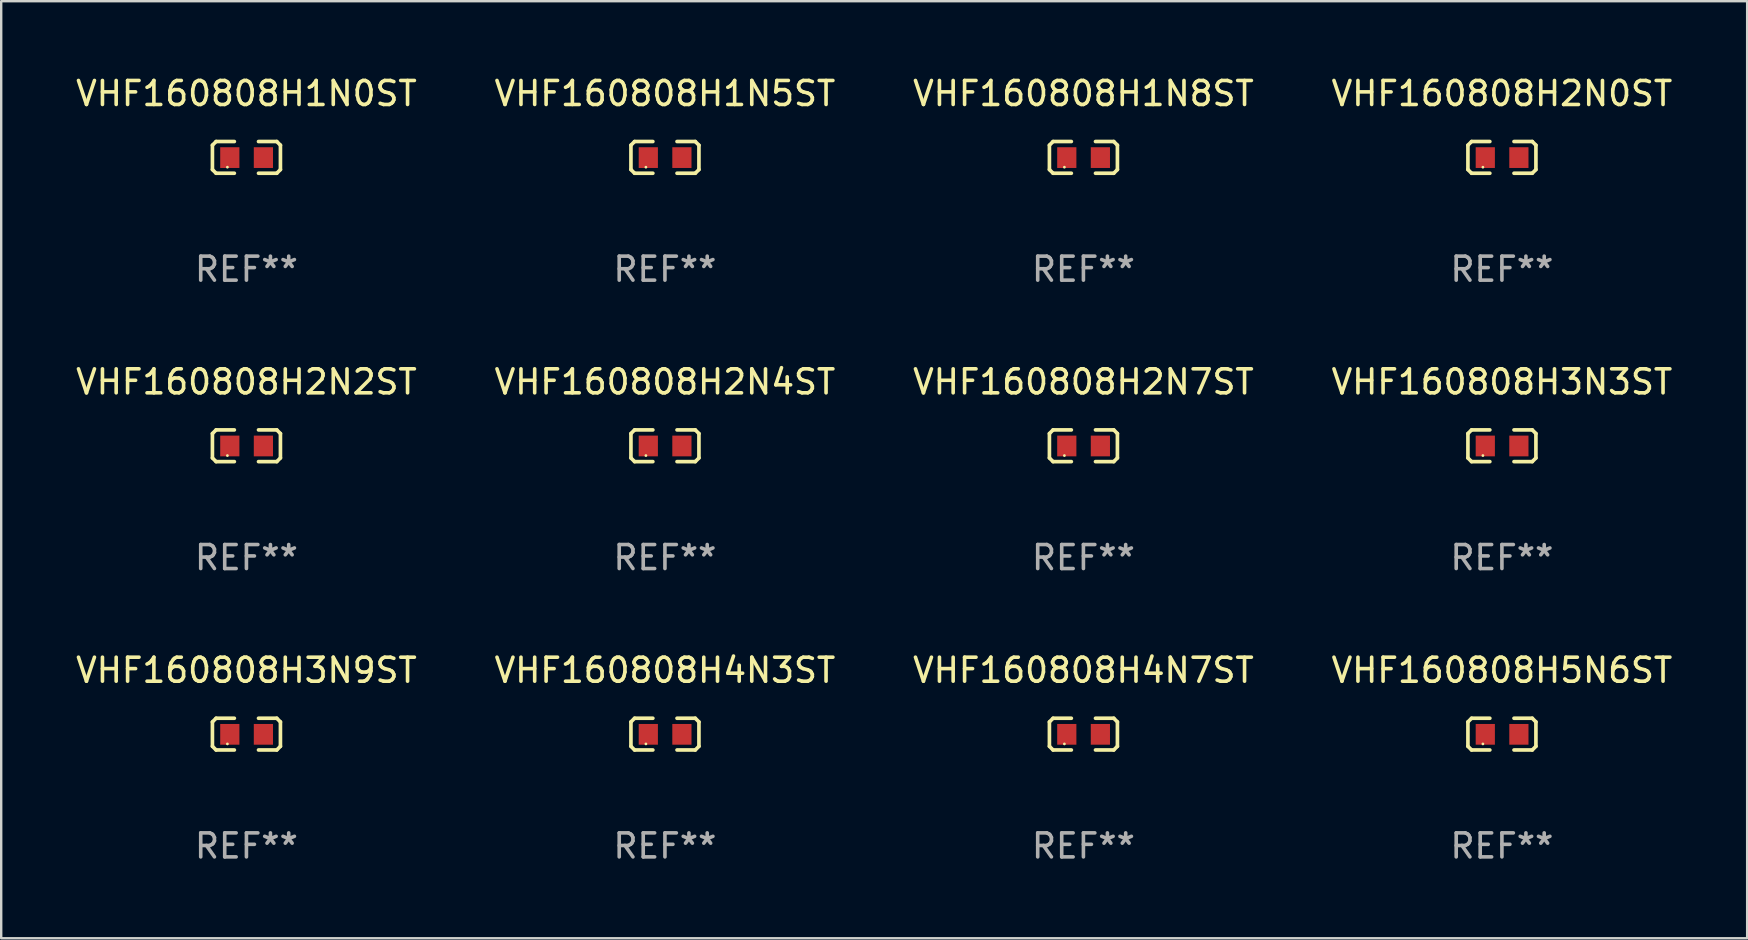
<source format=kicad_pcb>
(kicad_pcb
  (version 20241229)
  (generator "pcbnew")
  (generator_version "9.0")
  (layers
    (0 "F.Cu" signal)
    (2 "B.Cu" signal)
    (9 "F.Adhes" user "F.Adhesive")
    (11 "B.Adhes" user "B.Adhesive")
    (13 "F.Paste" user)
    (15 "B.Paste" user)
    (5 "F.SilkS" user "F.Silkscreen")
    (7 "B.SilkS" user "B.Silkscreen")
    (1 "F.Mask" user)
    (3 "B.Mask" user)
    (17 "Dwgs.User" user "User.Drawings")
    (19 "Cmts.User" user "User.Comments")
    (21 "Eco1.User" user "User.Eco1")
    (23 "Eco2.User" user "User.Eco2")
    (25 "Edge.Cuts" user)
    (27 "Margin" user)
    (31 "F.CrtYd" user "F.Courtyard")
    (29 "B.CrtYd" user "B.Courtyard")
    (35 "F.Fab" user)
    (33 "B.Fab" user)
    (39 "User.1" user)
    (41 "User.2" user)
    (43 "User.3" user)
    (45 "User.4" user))
  (footprint "VHF160808H1N5ST"
    (layer "F.Cu")
    (at 24.661 3.509)
    (property "Reference" "VHF160808H1N5ST" (at 0 -2.661 0) (layer "F.SilkS") (effects (font (size 1 1) (thickness 0.15))))
    (attr through_hole)
    (fp_line (start -1.417 -0.508) (end -1.265 -0.661) (stroke (width 0.152) (type solid)) (layer "F.SilkS"))
    (fp_line (start -1.417 0.508) (end -1.417 -0.508) (stroke (width 0.152) (type solid)) (layer "F.SilkS"))
    (fp_line (start -1.265 -0.661) (end -0.503 -0.661) (stroke (width 0.152) (type solid)) (layer "F.SilkS"))
    (fp_line (start -1.265 0.661) (end -1.417 0.508) (stroke (width 0.152) (type solid)) (layer "F.SilkS"))
    (fp_line (start -1.265 0.661) (end -0.503 0.661) (stroke (width 0.152) (type solid)) (layer "F.SilkS"))
    (fp_line (start 1.265 -0.661) (end 0.503 -0.661) (stroke (width 0.152) (type solid)) (layer "F.SilkS"))
    (fp_line (start 1.265 -0.661) (end 1.417 -0.508) (stroke (width 0.152) (type solid)) (layer "F.SilkS"))
    (fp_line (start 1.265 0.661) (end 0.503 0.661) (stroke (width 0.152) (type solid)) (layer "F.SilkS"))
    (fp_line (start 1.417 -0.508) (end 1.417 0.508) (stroke (width 0.152) (type solid)) (layer "F.SilkS"))
    (fp_line (start 1.417 0.508) (end 1.265 0.661) (stroke (width 0.152) (type solid)) (layer "F.SilkS"))
    (fp_circle (center -0.793 0.409) (end -0.763 0.409) (stroke (width 0.06) (type solid)) (fill no) (layer "F.SilkS"))
    (fp_text user "REF**" (at 0 4.661 0) (layer "F.Fab") (effects (font (size 1 1) (thickness 0.15))))
    (pad "1" smd rect (at -0.693 0.009 180) (size 0.8 0.864) (layers "F.Cu" "F.Mask" "F.Paste"))
    (pad "2" smd rect (at 0.707 0.009 180) (size 0.8 0.864) (layers "F.Cu" "F.Mask" "F.Paste")))
  (footprint "VHF160808H1N8ST"
    (layer "F.Cu")
    (at 42.101 3.509)
    (property "Reference" "VHF160808H1N8ST" (at 0 -2.661 0) (layer "F.SilkS") (effects (font (size 1 1) (thickness 0.15))))
    (attr through_hole)
    (fp_line (start -1.417 -0.508) (end -1.265 -0.661) (stroke (width 0.152) (type solid)) (layer "F.SilkS"))
    (fp_line (start -1.417 0.508) (end -1.417 -0.508) (stroke (width 0.152) (type solid)) (layer "F.SilkS"))
    (fp_line (start -1.265 -0.661) (end -0.503 -0.661) (stroke (width 0.152) (type solid)) (layer "F.SilkS"))
    (fp_line (start -1.265 0.661) (end -1.417 0.508) (stroke (width 0.152) (type solid)) (layer "F.SilkS"))
    (fp_line (start -1.265 0.661) (end -0.503 0.661) (stroke (width 0.152) (type solid)) (layer "F.SilkS"))
    (fp_line (start 1.265 -0.661) (end 0.503 -0.661) (stroke (width 0.152) (type solid)) (layer "F.SilkS"))
    (fp_line (start 1.265 -0.661) (end 1.417 -0.508) (stroke (width 0.152) (type solid)) (layer "F.SilkS"))
    (fp_line (start 1.265 0.661) (end 0.503 0.661) (stroke (width 0.152) (type solid)) (layer "F.SilkS"))
    (fp_line (start 1.417 -0.508) (end 1.417 0.508) (stroke (width 0.152) (type solid)) (layer "F.SilkS"))
    (fp_line (start 1.417 0.508) (end 1.265 0.661) (stroke (width 0.152) (type solid)) (layer "F.SilkS"))
    (fp_circle (center -0.793 0.409) (end -0.763 0.409) (stroke (width 0.06) (type solid)) (fill no) (layer "F.SilkS"))
    (fp_text user "REF**" (at 0 4.661 0) (layer "F.Fab") (effects (font (size 1 1) (thickness 0.15))))
    (pad "1" smd rect (at -0.693 0.009 180) (size 0.8 0.864) (layers "F.Cu" "F.Mask" "F.Paste"))
    (pad "2" smd rect (at 0.707 0.009 180) (size 0.8 0.864) (layers "F.Cu" "F.Mask" "F.Paste")))
  (footprint "VHF160808H2N2ST"
    (layer "F.Cu")
    (at 7.22 15.527)
    (property "Reference" "VHF160808H2N2ST" (at 0 -2.661 0) (layer "F.SilkS") (effects (font (size 1 1) (thickness 0.15))))
    (attr through_hole)
    (fp_line (start -1.417 -0.508) (end -1.265 -0.661) (stroke (width 0.152) (type solid)) (layer "F.SilkS"))
    (fp_line (start -1.417 0.508) (end -1.417 -0.508) (stroke (width 0.152) (type solid)) (layer "F.SilkS"))
    (fp_line (start -1.265 -0.661) (end -0.503 -0.661) (stroke (width 0.152) (type solid)) (layer "F.SilkS"))
    (fp_line (start -1.265 0.661) (end -1.417 0.508) (stroke (width 0.152) (type solid)) (layer "F.SilkS"))
    (fp_line (start -1.265 0.661) (end -0.503 0.661) (stroke (width 0.152) (type solid)) (layer "F.SilkS"))
    (fp_line (start 1.265 -0.661) (end 0.503 -0.661) (stroke (width 0.152) (type solid)) (layer "F.SilkS"))
    (fp_line (start 1.265 -0.661) (end 1.417 -0.508) (stroke (width 0.152) (type solid)) (layer "F.SilkS"))
    (fp_line (start 1.265 0.661) (end 0.503 0.661) (stroke (width 0.152) (type solid)) (layer "F.SilkS"))
    (fp_line (start 1.417 -0.508) (end 1.417 0.508) (stroke (width 0.152) (type solid)) (layer "F.SilkS"))
    (fp_line (start 1.417 0.508) (end 1.265 0.661) (stroke (width 0.152) (type solid)) (layer "F.SilkS"))
    (fp_circle (center -0.793 0.409) (end -0.763 0.409) (stroke (width 0.06) (type solid)) (fill no) (layer "F.SilkS"))
    (fp_text user "REF**" (at 0 4.661 0) (layer "F.Fab") (effects (font (size 1 1) (thickness 0.15))))
    (pad "1" smd rect (at -0.693 0.009 180) (size 0.8 0.864) (layers "F.Cu" "F.Mask" "F.Paste"))
    (pad "2" smd rect (at 0.707 0.009 180) (size 0.8 0.864) (layers "F.Cu" "F.Mask" "F.Paste")))
  (footprint "VHF160808H1N0ST"
    (layer "F.Cu")
    (at 7.22 3.509)
    (property "Reference" "VHF160808H1N0ST" (at 0 -2.661 0) (layer "F.SilkS") (effects (font (size 1 1) (thickness 0.15))))
    (attr through_hole)
    (fp_line (start -1.417 -0.508) (end -1.265 -0.661) (stroke (width 0.152) (type solid)) (layer "F.SilkS"))
    (fp_line (start -1.417 0.508) (end -1.417 -0.508) (stroke (width 0.152) (type solid)) (layer "F.SilkS"))
    (fp_line (start -1.265 -0.661) (end -0.503 -0.661) (stroke (width 0.152) (type solid)) (layer "F.SilkS"))
    (fp_line (start -1.265 0.661) (end -1.417 0.508) (stroke (width 0.152) (type solid)) (layer "F.SilkS"))
    (fp_line (start -1.265 0.661) (end -0.503 0.661) (stroke (width 0.152) (type solid)) (layer "F.SilkS"))
    (fp_line (start 1.265 -0.661) (end 0.503 -0.661) (stroke (width 0.152) (type solid)) (layer "F.SilkS"))
    (fp_line (start 1.265 -0.661) (end 1.417 -0.508) (stroke (width 0.152) (type solid)) (layer "F.SilkS"))
    (fp_line (start 1.265 0.661) (end 0.503 0.661) (stroke (width 0.152) (type solid)) (layer "F.SilkS"))
    (fp_line (start 1.417 -0.508) (end 1.417 0.508) (stroke (width 0.152) (type solid)) (layer "F.SilkS"))
    (fp_line (start 1.417 0.508) (end 1.265 0.661) (stroke (width 0.152) (type solid)) (layer "F.SilkS"))
    (fp_circle (center -0.793 0.409) (end -0.763 0.409) (stroke (width 0.06) (type solid)) (fill no) (layer "F.SilkS"))
    (fp_text user "REF**" (at 0 4.661 0) (layer "F.Fab") (effects (font (size 1 1) (thickness 0.15))))
    (pad "1" smd rect (at -0.693 0.009 180) (size 0.8 0.864) (layers "F.Cu" "F.Mask" "F.Paste"))
    (pad "2" smd rect (at 0.707 0.009 180) (size 0.8 0.864) (layers "F.Cu" "F.Mask" "F.Paste")))
  (footprint "VHF160808H4N7ST"
    (layer "F.Cu")
    (at 42.101 27.544)
    (property "Reference" "VHF160808H4N7ST" (at 0 -2.661 0) (layer "F.SilkS") (effects (font (size 1 1) (thickness 0.15))))
    (attr through_hole)
    (fp_line (start -1.417 -0.508) (end -1.265 -0.661) (stroke (width 0.152) (type solid)) (layer "F.SilkS"))
    (fp_line (start -1.417 0.508) (end -1.417 -0.508) (stroke (width 0.152) (type solid)) (layer "F.SilkS"))
    (fp_line (start -1.265 -0.661) (end -0.503 -0.661) (stroke (width 0.152) (type solid)) (layer "F.SilkS"))
    (fp_line (start -1.265 0.661) (end -1.417 0.508) (stroke (width 0.152) (type solid)) (layer "F.SilkS"))
    (fp_line (start -1.265 0.661) (end -0.503 0.661) (stroke (width 0.152) (type solid)) (layer "F.SilkS"))
    (fp_line (start 1.265 -0.661) (end 0.503 -0.661) (stroke (width 0.152) (type solid)) (layer "F.SilkS"))
    (fp_line (start 1.265 -0.661) (end 1.417 -0.508) (stroke (width 0.152) (type solid)) (layer "F.SilkS"))
    (fp_line (start 1.265 0.661) (end 0.503 0.661) (stroke (width 0.152) (type solid)) (layer "F.SilkS"))
    (fp_line (start 1.417 -0.508) (end 1.417 0.508) (stroke (width 0.152) (type solid)) (layer "F.SilkS"))
    (fp_line (start 1.417 0.508) (end 1.265 0.661) (stroke (width 0.152) (type solid)) (layer "F.SilkS"))
    (fp_circle (center -0.793 0.409) (end -0.763 0.409) (stroke (width 0.06) (type solid)) (fill no) (layer "F.SilkS"))
    (fp_text user "REF**" (at 0 4.661 0) (layer "F.Fab") (effects (font (size 1 1) (thickness 0.15))))
    (pad "1" smd rect (at -0.693 0.009 180) (size 0.8 0.864) (layers "F.Cu" "F.Mask" "F.Paste"))
    (pad "2" smd rect (at 0.707 0.009 180) (size 0.8 0.864) (layers "F.Cu" "F.Mask" "F.Paste")))
  (footprint "VHF160808H2N0ST"
    (layer "F.Cu")
    (at 59.542 3.509)
    (property "Reference" "VHF160808H2N0ST" (at 0 -2.661 0) (layer "F.SilkS") (effects (font (size 1 1) (thickness 0.15))))
    (attr through_hole)
    (fp_line (start -1.417 -0.508) (end -1.265 -0.661) (stroke (width 0.152) (type solid)) (layer "F.SilkS"))
    (fp_line (start -1.417 0.508) (end -1.417 -0.508) (stroke (width 0.152) (type solid)) (layer "F.SilkS"))
    (fp_line (start -1.265 -0.661) (end -0.503 -0.661) (stroke (width 0.152) (type solid)) (layer "F.SilkS"))
    (fp_line (start -1.265 0.661) (end -1.417 0.508) (stroke (width 0.152) (type solid)) (layer "F.SilkS"))
    (fp_line (start -1.265 0.661) (end -0.503 0.661) (stroke (width 0.152) (type solid)) (layer "F.SilkS"))
    (fp_line (start 1.265 -0.661) (end 0.503 -0.661) (stroke (width 0.152) (type solid)) (layer "F.SilkS"))
    (fp_line (start 1.265 -0.661) (end 1.417 -0.508) (stroke (width 0.152) (type solid)) (layer "F.SilkS"))
    (fp_line (start 1.265 0.661) (end 0.503 0.661) (stroke (width 0.152) (type solid)) (layer "F.SilkS"))
    (fp_line (start 1.417 -0.508) (end 1.417 0.508) (stroke (width 0.152) (type solid)) (layer "F.SilkS"))
    (fp_line (start 1.417 0.508) (end 1.265 0.661) (stroke (width 0.152) (type solid)) (layer "F.SilkS"))
    (fp_circle (center -0.793 0.409) (end -0.763 0.409) (stroke (width 0.06) (type solid)) (fill no) (layer "F.SilkS"))
    (fp_text user "REF**" (at 0 4.661 0) (layer "F.Fab") (effects (font (size 1 1) (thickness 0.15))))
    (pad "1" smd rect (at -0.693 0.009 180) (size 0.8 0.864) (layers "F.Cu" "F.Mask" "F.Paste"))
    (pad "2" smd rect (at 0.707 0.009 180) (size 0.8 0.864) (layers "F.Cu" "F.Mask" "F.Paste")))
  (footprint "VHF160808H2N4ST"
    (layer "F.Cu")
    (at 24.661 15.527)
    (property "Reference" "VHF160808H2N4ST" (at 0 -2.661 0) (layer "F.SilkS") (effects (font (size 1 1) (thickness 0.15))))
    (attr through_hole)
    (fp_line (start -1.417 -0.508) (end -1.265 -0.661) (stroke (width 0.152) (type solid)) (layer "F.SilkS"))
    (fp_line (start -1.417 0.508) (end -1.417 -0.508) (stroke (width 0.152) (type solid)) (layer "F.SilkS"))
    (fp_line (start -1.265 -0.661) (end -0.503 -0.661) (stroke (width 0.152) (type solid)) (layer "F.SilkS"))
    (fp_line (start -1.265 0.661) (end -1.417 0.508) (stroke (width 0.152) (type solid)) (layer "F.SilkS"))
    (fp_line (start -1.265 0.661) (end -0.503 0.661) (stroke (width 0.152) (type solid)) (layer "F.SilkS"))
    (fp_line (start 1.265 -0.661) (end 0.503 -0.661) (stroke (width 0.152) (type solid)) (layer "F.SilkS"))
    (fp_line (start 1.265 -0.661) (end 1.417 -0.508) (stroke (width 0.152) (type solid)) (layer "F.SilkS"))
    (fp_line (start 1.265 0.661) (end 0.503 0.661) (stroke (width 0.152) (type solid)) (layer "F.SilkS"))
    (fp_line (start 1.417 -0.508) (end 1.417 0.508) (stroke (width 0.152) (type solid)) (layer "F.SilkS"))
    (fp_line (start 1.417 0.508) (end 1.265 0.661) (stroke (width 0.152) (type solid)) (layer "F.SilkS"))
    (fp_circle (center -0.793 0.409) (end -0.763 0.409) (stroke (width 0.06) (type solid)) (fill no) (layer "F.SilkS"))
    (fp_text user "REF**" (at 0 4.661 0) (layer "F.Fab") (effects (font (size 1 1) (thickness 0.15))))
    (pad "1" smd rect (at -0.693 0.009 180) (size 0.8 0.864) (layers "F.Cu" "F.Mask" "F.Paste"))
    (pad "2" smd rect (at 0.707 0.009 180) (size 0.8 0.864) (layers "F.Cu" "F.Mask" "F.Paste")))
  (footprint "VHF160808H2N7ST"
    (layer "F.Cu")
    (at 42.101 15.527)
    (property "Reference" "VHF160808H2N7ST" (at 0 -2.661 0) (layer "F.SilkS") (effects (font (size 1 1) (thickness 0.15))))
    (attr through_hole)
    (fp_line (start -1.417 -0.508) (end -1.265 -0.661) (stroke (width 0.152) (type solid)) (layer "F.SilkS"))
    (fp_line (start -1.417 0.508) (end -1.417 -0.508) (stroke (width 0.152) (type solid)) (layer "F.SilkS"))
    (fp_line (start -1.265 -0.661) (end -0.503 -0.661) (stroke (width 0.152) (type solid)) (layer "F.SilkS"))
    (fp_line (start -1.265 0.661) (end -1.417 0.508) (stroke (width 0.152) (type solid)) (layer "F.SilkS"))
    (fp_line (start -1.265 0.661) (end -0.503 0.661) (stroke (width 0.152) (type solid)) (layer "F.SilkS"))
    (fp_line (start 1.265 -0.661) (end 0.503 -0.661) (stroke (width 0.152) (type solid)) (layer "F.SilkS"))
    (fp_line (start 1.265 -0.661) (end 1.417 -0.508) (stroke (width 0.152) (type solid)) (layer "F.SilkS"))
    (fp_line (start 1.265 0.661) (end 0.503 0.661) (stroke (width 0.152) (type solid)) (layer "F.SilkS"))
    (fp_line (start 1.417 -0.508) (end 1.417 0.508) (stroke (width 0.152) (type solid)) (layer "F.SilkS"))
    (fp_line (start 1.417 0.508) (end 1.265 0.661) (stroke (width 0.152) (type solid)) (layer "F.SilkS"))
    (fp_circle (center -0.793 0.409) (end -0.763 0.409) (stroke (width 0.06) (type solid)) (fill no) (layer "F.SilkS"))
    (fp_text user "REF**" (at 0 4.661 0) (layer "F.Fab") (effects (font (size 1 1) (thickness 0.15))))
    (pad "1" smd rect (at -0.693 0.009 180) (size 0.8 0.864) (layers "F.Cu" "F.Mask" "F.Paste"))
    (pad "2" smd rect (at 0.707 0.009 180) (size 0.8 0.864) (layers "F.Cu" "F.Mask" "F.Paste")))
  (footprint "VHF160808H4N3ST"
    (layer "F.Cu")
    (at 24.661 27.544)
    (property "Reference" "VHF160808H4N3ST" (at 0 -2.661 0) (layer "F.SilkS") (effects (font (size 1 1) (thickness 0.15))))
    (attr through_hole)
    (fp_line (start -1.417 -0.508) (end -1.265 -0.661) (stroke (width 0.152) (type solid)) (layer "F.SilkS"))
    (fp_line (start -1.417 0.508) (end -1.417 -0.508) (stroke (width 0.152) (type solid)) (layer "F.SilkS"))
    (fp_line (start -1.265 -0.661) (end -0.503 -0.661) (stroke (width 0.152) (type solid)) (layer "F.SilkS"))
    (fp_line (start -1.265 0.661) (end -1.417 0.508) (stroke (width 0.152) (type solid)) (layer "F.SilkS"))
    (fp_line (start -1.265 0.661) (end -0.503 0.661) (stroke (width 0.152) (type solid)) (layer "F.SilkS"))
    (fp_line (start 1.265 -0.661) (end 0.503 -0.661) (stroke (width 0.152) (type solid)) (layer "F.SilkS"))
    (fp_line (start 1.265 -0.661) (end 1.417 -0.508) (stroke (width 0.152) (type solid)) (layer "F.SilkS"))
    (fp_line (start 1.265 0.661) (end 0.503 0.661) (stroke (width 0.152) (type solid)) (layer "F.SilkS"))
    (fp_line (start 1.417 -0.508) (end 1.417 0.508) (stroke (width 0.152) (type solid)) (layer "F.SilkS"))
    (fp_line (start 1.417 0.508) (end 1.265 0.661) (stroke (width 0.152) (type solid)) (layer "F.SilkS"))
    (fp_circle (center -0.793 0.409) (end -0.763 0.409) (stroke (width 0.06) (type solid)) (fill no) (layer "F.SilkS"))
    (fp_text user "REF**" (at 0 4.661 0) (layer "F.Fab") (effects (font (size 1 1) (thickness 0.15))))
    (pad "1" smd rect (at -0.693 0.009 180) (size 0.8 0.864) (layers "F.Cu" "F.Mask" "F.Paste"))
    (pad "2" smd rect (at 0.707 0.009 180) (size 0.8 0.864) (layers "F.Cu" "F.Mask" "F.Paste")))
  (footprint "VHF160808H3N9ST"
    (layer "F.Cu")
    (at 7.22 27.544)
    (property "Reference" "VHF160808H3N9ST" (at 0 -2.661 0) (layer "F.SilkS") (effects (font (size 1 1) (thickness 0.15))))
    (attr through_hole)
    (fp_line (start -1.417 -0.508) (end -1.265 -0.661) (stroke (width 0.152) (type solid)) (layer "F.SilkS"))
    (fp_line (start -1.417 0.508) (end -1.417 -0.508) (stroke (width 0.152) (type solid)) (layer "F.SilkS"))
    (fp_line (start -1.265 -0.661) (end -0.503 -0.661) (stroke (width 0.152) (type solid)) (layer "F.SilkS"))
    (fp_line (start -1.265 0.661) (end -1.417 0.508) (stroke (width 0.152) (type solid)) (layer "F.SilkS"))
    (fp_line (start -1.265 0.661) (end -0.503 0.661) (stroke (width 0.152) (type solid)) (layer "F.SilkS"))
    (fp_line (start 1.265 -0.661) (end 0.503 -0.661) (stroke (width 0.152) (type solid)) (layer "F.SilkS"))
    (fp_line (start 1.265 -0.661) (end 1.417 -0.508) (stroke (width 0.152) (type solid)) (layer "F.SilkS"))
    (fp_line (start 1.265 0.661) (end 0.503 0.661) (stroke (width 0.152) (type solid)) (layer "F.SilkS"))
    (fp_line (start 1.417 -0.508) (end 1.417 0.508) (stroke (width 0.152) (type solid)) (layer "F.SilkS"))
    (fp_line (start 1.417 0.508) (end 1.265 0.661) (stroke (width 0.152) (type solid)) (layer "F.SilkS"))
    (fp_circle (center -0.793 0.409) (end -0.763 0.409) (stroke (width 0.06) (type solid)) (fill no) (layer "F.SilkS"))
    (fp_text user "REF**" (at 0 4.661 0) (layer "F.Fab") (effects (font (size 1 1) (thickness 0.15))))
    (pad "1" smd rect (at -0.693 0.009 180) (size 0.8 0.864) (layers "F.Cu" "F.Mask" "F.Paste"))
    (pad "2" smd rect (at 0.707 0.009 180) (size 0.8 0.864) (layers "F.Cu" "F.Mask" "F.Paste")))
  (footprint "VHF160808H5N6ST"
    (layer "F.Cu")
    (at 59.542 27.544)
    (property "Reference" "VHF160808H5N6ST" (at 0 -2.661 0) (layer "F.SilkS") (effects (font (size 1 1) (thickness 0.15))))
    (attr through_hole)
    (fp_line (start -1.417 -0.508) (end -1.265 -0.661) (stroke (width 0.152) (type solid)) (layer "F.SilkS"))
    (fp_line (start -1.417 0.508) (end -1.417 -0.508) (stroke (width 0.152) (type solid)) (layer "F.SilkS"))
    (fp_line (start -1.265 -0.661) (end -0.503 -0.661) (stroke (width 0.152) (type solid)) (layer "F.SilkS"))
    (fp_line (start -1.265 0.661) (end -1.417 0.508) (stroke (width 0.152) (type solid)) (layer "F.SilkS"))
    (fp_line (start -1.265 0.661) (end -0.503 0.661) (stroke (width 0.152) (type solid)) (layer "F.SilkS"))
    (fp_line (start 1.265 -0.661) (end 0.503 -0.661) (stroke (width 0.152) (type solid)) (layer "F.SilkS"))
    (fp_line (start 1.265 -0.661) (end 1.417 -0.508) (stroke (width 0.152) (type solid)) (layer "F.SilkS"))
    (fp_line (start 1.265 0.661) (end 0.503 0.661) (stroke (width 0.152) (type solid)) (layer "F.SilkS"))
    (fp_line (start 1.417 -0.508) (end 1.417 0.508) (stroke (width 0.152) (type solid)) (layer "F.SilkS"))
    (fp_line (start 1.417 0.508) (end 1.265 0.661) (stroke (width 0.152) (type solid)) (layer "F.SilkS"))
    (fp_circle (center -0.793 0.409) (end -0.763 0.409) (stroke (width 0.06) (type solid)) (fill no) (layer "F.SilkS"))
    (fp_text user "REF**" (at 0 4.661 0) (layer "F.Fab") (effects (font (size 1 1) (thickness 0.15))))
    (pad "1" smd rect (at -0.693 0.009 180) (size 0.8 0.864) (layers "F.Cu" "F.Mask" "F.Paste"))
    (pad "2" smd rect (at 0.707 0.009 180) (size 0.8 0.864) (layers "F.Cu" "F.Mask" "F.Paste")))
  (footprint "VHF160808H3N3ST"
    (layer "F.Cu")
    (at 59.542 15.527)
    (property "Reference" "VHF160808H3N3ST" (at 0 -2.661 0) (layer "F.SilkS") (effects (font (size 1 1) (thickness 0.15))))
    (attr through_hole)
    (fp_line (start -1.417 -0.508) (end -1.265 -0.661) (stroke (width 0.152) (type solid)) (layer "F.SilkS"))
    (fp_line (start -1.417 0.508) (end -1.417 -0.508) (stroke (width 0.152) (type solid)) (layer "F.SilkS"))
    (fp_line (start -1.265 -0.661) (end -0.503 -0.661) (stroke (width 0.152) (type solid)) (layer "F.SilkS"))
    (fp_line (start -1.265 0.661) (end -1.417 0.508) (stroke (width 0.152) (type solid)) (layer "F.SilkS"))
    (fp_line (start -1.265 0.661) (end -0.503 0.661) (stroke (width 0.152) (type solid)) (layer "F.SilkS"))
    (fp_line (start 1.265 -0.661) (end 0.503 -0.661) (stroke (width 0.152) (type solid)) (layer "F.SilkS"))
    (fp_line (start 1.265 -0.661) (end 1.417 -0.508) (stroke (width 0.152) (type solid)) (layer "F.SilkS"))
    (fp_line (start 1.265 0.661) (end 0.503 0.661) (stroke (width 0.152) (type solid)) (layer "F.SilkS"))
    (fp_line (start 1.417 -0.508) (end 1.417 0.508) (stroke (width 0.152) (type solid)) (layer "F.SilkS"))
    (fp_line (start 1.417 0.508) (end 1.265 0.661) (stroke (width 0.152) (type solid)) (layer "F.SilkS"))
    (fp_circle (center -0.793 0.409) (end -0.763 0.409) (stroke (width 0.06) (type solid)) (fill no) (layer "F.SilkS"))
    (fp_text user "REF**" (at 0 4.661 0) (layer "F.Fab") (effects (font (size 1 1) (thickness 0.15))))
    (pad "1" smd rect (at -0.693 0.009 180) (size 0.8 0.864) (layers "F.Cu" "F.Mask" "F.Paste"))
    (pad "2" smd rect (at 0.707 0.009 180) (size 0.8 0.864) (layers "F.Cu" "F.Mask" "F.Paste")))
  (gr_rect
    (start -3 -3)
    (end 69.762 36.053)
    (stroke (width 0.1) (type default))
    (fill no)
    (layer "Edge.Cuts")))
</source>
